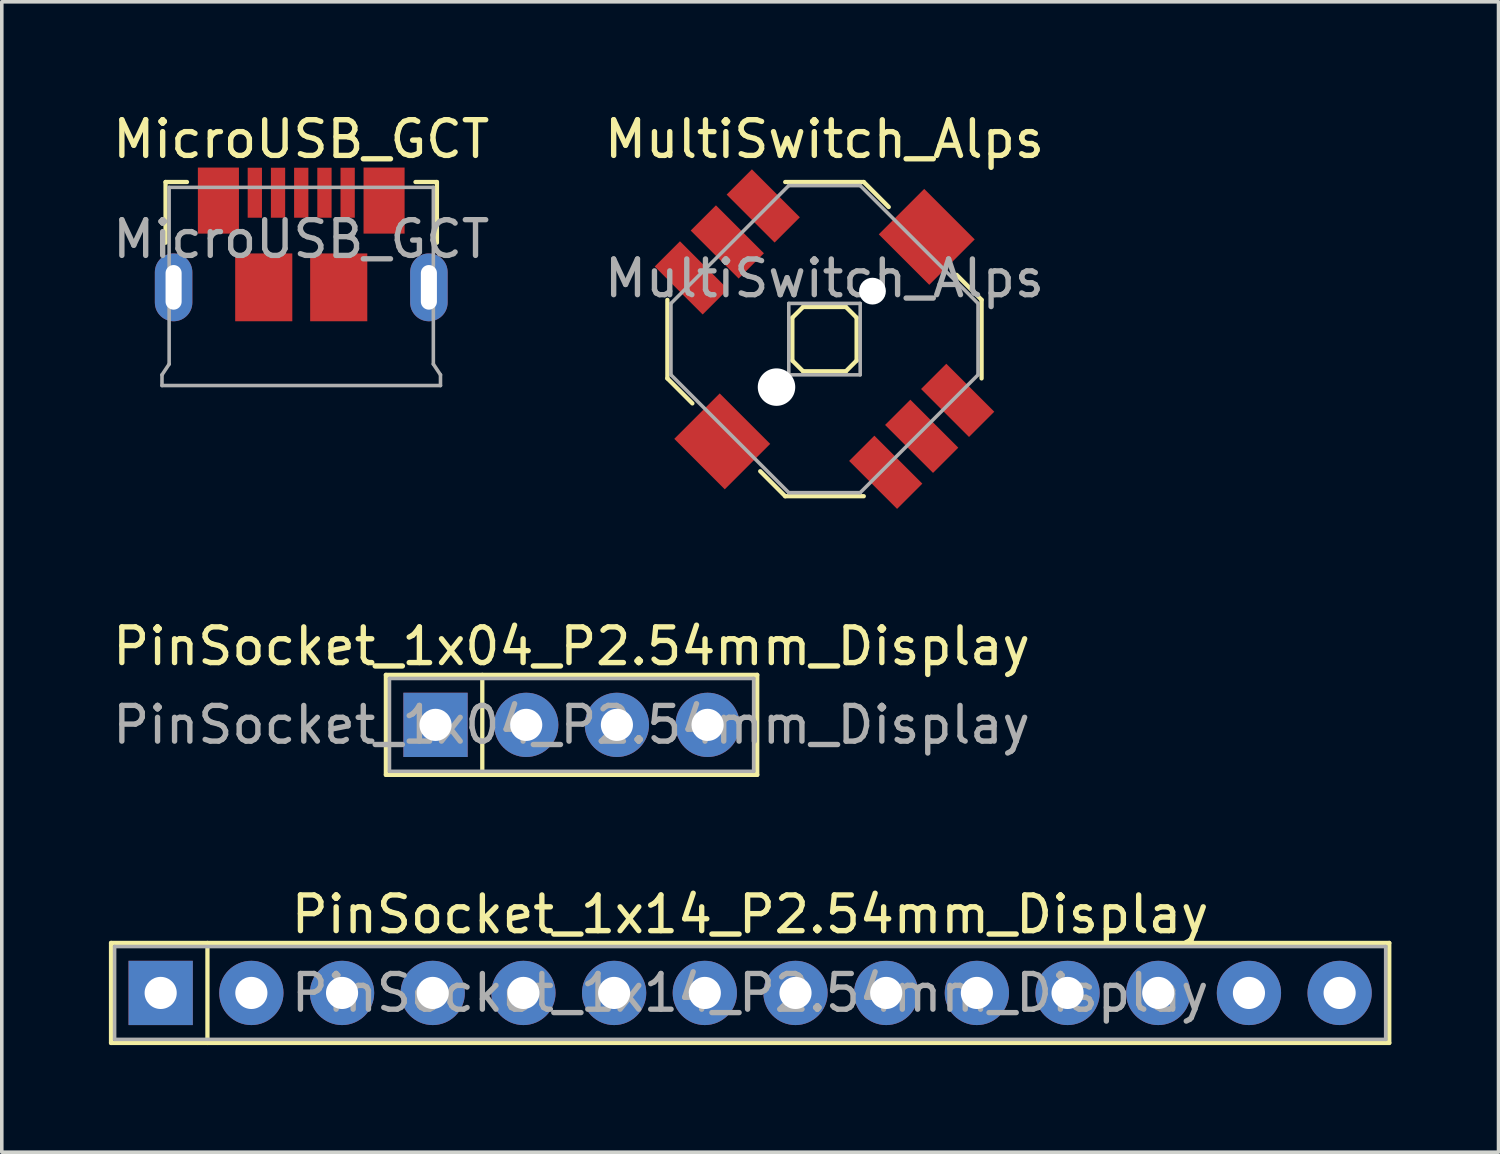
<source format=kicad_pcb>
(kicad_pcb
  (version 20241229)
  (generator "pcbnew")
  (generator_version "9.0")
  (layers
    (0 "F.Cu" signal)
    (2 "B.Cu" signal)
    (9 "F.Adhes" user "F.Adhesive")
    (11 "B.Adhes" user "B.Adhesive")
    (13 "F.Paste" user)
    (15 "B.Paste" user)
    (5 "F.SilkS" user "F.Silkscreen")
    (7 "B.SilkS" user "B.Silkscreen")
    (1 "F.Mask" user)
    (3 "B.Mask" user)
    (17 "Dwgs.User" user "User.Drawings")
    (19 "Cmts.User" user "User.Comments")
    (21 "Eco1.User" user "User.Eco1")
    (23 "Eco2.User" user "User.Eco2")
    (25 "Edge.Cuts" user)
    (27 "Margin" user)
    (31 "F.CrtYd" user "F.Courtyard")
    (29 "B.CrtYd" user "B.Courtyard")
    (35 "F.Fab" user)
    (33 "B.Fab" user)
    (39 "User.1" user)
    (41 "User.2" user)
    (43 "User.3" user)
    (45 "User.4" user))
  (footprint "MultiSwitch_Alps"
    (layer "F.Cu")
    (at 20.042 6.448)
    (property "Reference" "MultiSwitch_Alps" (at 0 -5.6 0) (layer "F.SilkS") (effects (font (size 1 1) (thickness 0.15))))
    (attr through_hole)
    (fp_line (start -4.4 -1.1) (end -4.4 1.1) (stroke (width 0.12) (type solid)) (layer "F.SilkS"))
    (fp_line (start -4.4 1.1) (end -3.7 1.8) (stroke (width 0.12) (type solid)) (layer "F.SilkS"))
    (fp_line (start -1.8 3.7) (end -1.1 4.4) (stroke (width 0.12) (type solid)) (layer "F.SilkS"))
    (fp_line (start -1.1 4.4) (end 1.1 4.4) (stroke (width 0.12) (type solid)) (layer "F.SilkS"))
    (fp_line (start -0.9 -0.6) (end -0.9 0.6) (stroke (width 0.12) (type solid)) (layer "F.SilkS"))
    (fp_line (start -0.9 0.6) (end -0.6 0.9) (stroke (width 0.12) (type solid)) (layer "F.SilkS"))
    (fp_line (start -0.6 -0.9) (end -0.9 -0.6) (stroke (width 0.12) (type solid)) (layer "F.SilkS"))
    (fp_line (start -0.6 0.9) (end 0.6 0.9) (stroke (width 0.12) (type solid)) (layer "F.SilkS"))
    (fp_line (start 0.6 -0.9) (end -0.6 -0.9) (stroke (width 0.12) (type solid)) (layer "F.SilkS"))
    (fp_line (start 0.6 0.9) (end 0.9 0.6) (stroke (width 0.12) (type solid)) (layer "F.SilkS"))
    (fp_line (start 0.9 -0.6) (end 0.6 -0.9) (stroke (width 0.12) (type solid)) (layer "F.SilkS"))
    (fp_line (start 0.9 0.6) (end 0.9 -0.6) (stroke (width 0.12) (type solid)) (layer "F.SilkS"))
    (fp_line (start 1.1 -4.4) (end -1.1 -4.4) (stroke (width 0.12) (type solid)) (layer "F.SilkS"))
    (fp_line (start 1.8 -3.7) (end 1.1 -4.4) (stroke (width 0.12) (type solid)) (layer "F.SilkS"))
    (fp_line (start 4.4 -1.1) (end 3.7 -1.8) (stroke (width 0.12) (type solid)) (layer "F.SilkS"))
    (fp_line (start 4.4 -1.1) (end 4.4 1.1) (stroke (width 0.12) (type solid)) (layer "F.SilkS"))
    (fp_line (start -4.3 -1) (end -1 -4.3) (stroke (width 0.1) (type solid)) (layer "F.Fab"))
    (fp_line (start -4.3 1) (end -4.3 -1) (stroke (width 0.1) (type solid)) (layer "F.Fab"))
    (fp_line (start -1 -4.3) (end 1 -4.3) (stroke (width 0.1) (type solid)) (layer "F.Fab"))
    (fp_line (start -1 -1) (end 1 -1) (stroke (width 0.1) (type solid)) (layer "F.Fab"))
    (fp_line (start -1 1) (end -1 -1) (stroke (width 0.1) (type solid)) (layer "F.Fab"))
    (fp_line (start -1 4.3) (end -4.3 1) (stroke (width 0.1) (type solid)) (layer "F.Fab"))
    (fp_line (start 1 -4.3) (end 4.3 -1) (stroke (width 0.1) (type solid)) (layer "F.Fab"))
    (fp_line (start 1 -1) (end 1 1) (stroke (width 0.1) (type solid)) (layer "F.Fab"))
    (fp_line (start 1 1) (end -1 1) (stroke (width 0.1) (type solid)) (layer "F.Fab"))
    (fp_line (start 1 4.3) (end -1 4.3) (stroke (width 0.1) (type solid)) (layer "F.Fab"))
    (fp_line (start 4.3 -1) (end 4.3 1) (stroke (width 0.1) (type solid)) (layer "F.Fab"))
    (fp_line (start 4.3 1) (end 1 4.3) (stroke (width 0.1) (type solid)) (layer "F.Fab"))
    (fp_text user "${REFERENCE}" (at 0 -1.7 0) (layer "F.Fab") (effects (font (size 1 1) (thickness 0.15))))
    (pad "" smd rect (at -2.864 2.864 315) (size 2 1.8) (layers "F.Cu" "F.Mask" "F.Paste"))
    (pad "" np_thru_hole circle (at -1.344 1.344 315) (size 1.05 1.05) (drill 1.05) (layers "*.Cu" "*.Mask"))
    (pad "" np_thru_hole circle (at 1.344 -1.344 315) (size 0.75 0.75) (drill 0.75) (layers "*.Cu" "*.Mask"))
    (pad "" smd rect (at 2.864 -2.864 315) (size 2 1.8) (layers "F.Cu" "F.Mask" "F.Paste"))
    (pad "1" smd rect (at -1.715 -3.73 315) (size 1.9 1) (layers "F.Cu" "F.Mask" "F.Paste"))
    (pad "2" smd rect (at -2.722 -2.722 315) (size 1.9 1) (layers "F.Cu" "F.Mask" "F.Paste"))
    (pad "3" smd rect (at -3.73 -1.715 315) (size 1.9 1) (layers "F.Cu" "F.Mask" "F.Paste"))
    (pad "4" smd rect (at 3.73 1.715 315) (size 1.9 1) (layers "F.Cu" "F.Mask" "F.Paste"))
    (pad "5" smd rect (at 2.722 2.722 315) (size 1.9 1) (layers "F.Cu" "F.Mask" "F.Paste"))
    (pad "6" smd rect (at 1.715 3.73 315) (size 1.9 1) (layers "F.Cu" "F.Mask" "F.Paste")))
  (footprint "PinSocket_1x04_P2.54mm_Display"
    (layer "F.Cu")
    (at 12.958 17.252)
    (property "Reference" "PinSocket_1x04_P2.54mm_Display" (at 0 -2.2 0) (layer "F.SilkS") (effects (font (size 1 1) (thickness 0.15))))
    (attr through_hole)
    (fp_line (start -5.2 -1.4) (end 5.2 -1.4) (stroke (width 0.12) (type solid)) (layer "F.SilkS"))
    (fp_line (start -5.2 1.4) (end -5.2 -1.4) (stroke (width 0.12) (type solid)) (layer "F.SilkS"))
    (fp_line (start -2.5 -1.4) (end -2.5 1.4) (stroke (width 0.12) (type solid)) (layer "F.SilkS"))
    (fp_line (start 5.2 -1.4) (end 5.2 1.4) (stroke (width 0.12) (type solid)) (layer "F.SilkS"))
    (fp_line (start 5.2 1.4) (end -5.2 1.4) (stroke (width 0.12) (type solid)) (layer "F.SilkS"))
    (fp_line (start -5.1 -1.3) (end 5.1 -1.3) (stroke (width 0.1) (type solid)) (layer "F.Fab"))
    (fp_line (start -5.1 1.3) (end -5.1 -1.3) (stroke (width 0.1) (type solid)) (layer "F.Fab"))
    (fp_line (start 5.1 -1.3) (end 5.1 1.3) (stroke (width 0.1) (type solid)) (layer "F.Fab"))
    (fp_line (start 5.1 1.3) (end -5.1 1.3) (stroke (width 0.1) (type solid)) (layer "F.Fab"))
    (fp_text user "${REFERENCE}" (at 0 0 0) (layer "F.Fab") (effects (font (size 1 1) (thickness 0.15))))
    (pad "1" thru_hole rect (at -3.81 0) (size 1.8 1.8) (drill 0.9) (layers "*.Cu" "*.Mask"))
    (pad "2" thru_hole circle (at -1.27 0) (size 1.8 1.8) (drill 0.9) (layers "*.Cu" "*.Mask"))
    (pad "3" thru_hole circle (at 1.27 0) (size 1.8 1.8) (drill 0.9) (layers "*.Cu" "*.Mask"))
    (pad "4" thru_hole circle (at 3.81 0) (size 1.8 1.8) (drill 0.9) (layers "*.Cu" "*.Mask")))
  (footprint "MicroUSB_GCT"
    (layer "F.Cu")
    (at 5.387 6.448)
    (property "Reference" "MicroUSB_GCT" (at 0 -5.6 0) (layer "F.SilkS") (effects (font (size 1 1) (thickness 0.15))))
    (attr through_hole)
    (fp_line (start -3.8 -4.4) (end -3.8 -2.7) (stroke (width 0.12) (type solid)) (layer "F.SilkS"))
    (fp_line (start -3.2 -4.4) (end -3.8 -4.4) (stroke (width 0.12) (type solid)) (layer "F.SilkS"))
    (fp_line (start 3.8 -4.4) (end 3.2 -4.4) (stroke (width 0.12) (type solid)) (layer "F.SilkS"))
    (fp_line (start 3.8 -2.7) (end 3.8 -4.4) (stroke (width 0.12) (type solid)) (layer "F.SilkS"))
    (fp_line (start -3.9 1) (end -3.7 0.7) (stroke (width 0.1) (type solid)) (layer "F.Fab"))
    (fp_line (start -3.9 1.3) (end -3.9 1) (stroke (width 0.1) (type solid)) (layer "F.Fab"))
    (fp_line (start -3.9 1.3) (end 3.9 1.3) (stroke (width 0.1) (type solid)) (layer "F.Fab"))
    (fp_line (start -3.7 0.7) (end -3.7 -4.25) (stroke (width 0.1) (type solid)) (layer "F.Fab"))
    (fp_line (start 3.7 -4.25) (end -3.7 -4.25) (stroke (width 0.1) (type solid)) (layer "F.Fab"))
    (fp_line (start 3.7 0.7) (end 3.7 -4.25) (stroke (width 0.1) (type solid)) (layer "F.Fab"))
    (fp_line (start 3.9 1) (end 3.7 0.7) (stroke (width 0.1) (type solid)) (layer "F.Fab"))
    (fp_line (start 3.9 1.3) (end 3.9 1) (stroke (width 0.1) (type solid)) (layer "F.Fab"))
    (fp_text user "${REFERENCE}" (at 0 -2.8 0) (layer "F.Fab") (effects (font (size 1 1) (thickness 0.15))))
    (pad "1" smd rect (at -1.3 -4.1) (size 0.4 1.4) (layers "F.Cu" "F.Mask" "F.Paste"))
    (pad "2" smd rect (at -0.65 -4.1) (size 0.4 1.4) (layers "F.Cu" "F.Mask" "F.Paste"))
    (pad "3" smd rect (at 0 -4.1) (size 0.4 1.4) (layers "F.Cu" "F.Mask" "F.Paste"))
    (pad "4" smd rect (at 0.65 -4.1) (size 0.4 1.4) (layers "F.Cu" "F.Mask" "F.Paste"))
    (pad "5" smd rect (at 1.3 -4.1) (size 0.4 1.4) (layers "F.Cu" "F.Mask" "F.Paste"))
    (pad "6" thru_hole oval (at -3.575 -1.45) (size 1.05 1.9) (drill oval 0.45 1.25) (layers "*.Cu" "*.Mask"))
    (pad "6" smd rect (at -2.32 -3.88) (size 1.15 1.85) (layers "F.Cu" "F.Mask" "F.Paste"))
    (pad "6" smd rect (at -1.05 -1.45) (size 1.6 1.9) (layers "F.Cu" "F.Mask" "F.Paste"))
    (pad "6" smd rect (at 1.05 -1.45) (size 1.6 1.9) (layers "F.Cu" "F.Mask" "F.Paste"))
    (pad "6" smd rect (at 2.32 -3.88) (size 1.15 1.85) (layers "F.Cu" "F.Mask" "F.Paste"))
    (pad "6" thru_hole oval (at 3.575 -1.45) (size 1.05 1.9) (drill oval 0.45 1.25) (layers "*.Cu" "*.Mask")))
  (footprint "PinSocket_1x14_P2.54mm_Display"
    (layer "F.Cu")
    (at 17.96 24.76)
    (property "Reference" "PinSocket_1x14_P2.54mm_Display" (at 0 -2.2 0) (layer "F.SilkS") (effects (font (size 1 1) (thickness 0.15))))
    (attr through_hole)
    (fp_line (start -17.9 -1.4) (end 17.9 -1.4) (stroke (width 0.12) (type solid)) (layer "F.SilkS"))
    (fp_line (start -17.9 1.4) (end -17.9 -1.4) (stroke (width 0.12) (type solid)) (layer "F.SilkS"))
    (fp_line (start -15.2 -1.4) (end -15.2 1.4) (stroke (width 0.12) (type solid)) (layer "F.SilkS"))
    (fp_line (start 17.9 -1.4) (end 17.9 1.4) (stroke (width 0.12) (type solid)) (layer "F.SilkS"))
    (fp_line (start 17.9 1.4) (end -17.9 1.4) (stroke (width 0.12) (type solid)) (layer "F.SilkS"))
    (fp_line (start -17.8 -1.3) (end 17.8 -1.3) (stroke (width 0.1) (type solid)) (layer "F.Fab"))
    (fp_line (start -17.8 1.3) (end -17.8 -1.3) (stroke (width 0.1) (type solid)) (layer "F.Fab"))
    (fp_line (start 17.8 -1.3) (end 17.8 1.3) (stroke (width 0.1) (type solid)) (layer "F.Fab"))
    (fp_line (start 17.8 1.3) (end -17.8 1.3) (stroke (width 0.1) (type solid)) (layer "F.Fab"))
    (fp_text user "${REFERENCE}" (at 0 0 0) (layer "F.Fab") (effects (font (size 1 1) (thickness 0.15))))
    (pad "1" thru_hole rect (at -16.51 0) (size 1.8 1.8) (drill 0.9) (layers "*.Cu" "*.Mask"))
    (pad "2" thru_hole circle (at -13.97 0) (size 1.8 1.8) (drill 0.9) (layers "*.Cu" "*.Mask"))
    (pad "3" thru_hole circle (at -11.43 0) (size 1.8 1.8) (drill 0.9) (layers "*.Cu" "*.Mask"))
    (pad "4" thru_hole circle (at -8.89 0) (size 1.8 1.8) (drill 0.9) (layers "*.Cu" "*.Mask"))
    (pad "5" thru_hole circle (at -6.35 0) (size 1.8 1.8) (drill 0.9) (layers "*.Cu" "*.Mask"))
    (pad "6" thru_hole circle (at -3.81 0) (size 1.8 1.8) (drill 0.9) (layers "*.Cu" "*.Mask"))
    (pad "7" thru_hole circle (at -1.27 0) (size 1.8 1.8) (drill 0.9) (layers "*.Cu" "*.Mask"))
    (pad "8" thru_hole circle (at 1.27 0) (size 1.8 1.8) (drill 0.9) (layers "*.Cu" "*.Mask"))
    (pad "9" thru_hole circle (at 3.81 0 180) (size 1.8 1.8) (drill 0.9) (layers "*.Cu" "*.Mask"))
    (pad "10" thru_hole circle (at 6.35 0 180) (size 1.8 1.8) (drill 0.9) (layers "*.Cu" "*.Mask"))
    (pad "11" thru_hole circle (at 8.89 0 180) (size 1.8 1.8) (drill 0.9) (layers "*.Cu" "*.Mask"))
    (pad "12" thru_hole circle (at 11.43 0 180) (size 1.8 1.8) (drill 0.9) (layers "*.Cu" "*.Mask"))
    (pad "13" thru_hole circle (at 13.97 0 180) (size 1.8 1.8) (drill 0.9) (layers "*.Cu" "*.Mask"))
    (pad "14" thru_hole circle (at 16.51 0 180) (size 1.8 1.8) (drill 0.9) (layers "*.Cu" "*.Mask")))
  (gr_rect
    (start -3 -3)
    (end 38.92 29.22)
    (stroke (width 0.1) (type default))
    (fill no)
    (layer "Edge.Cuts")))
</source>
